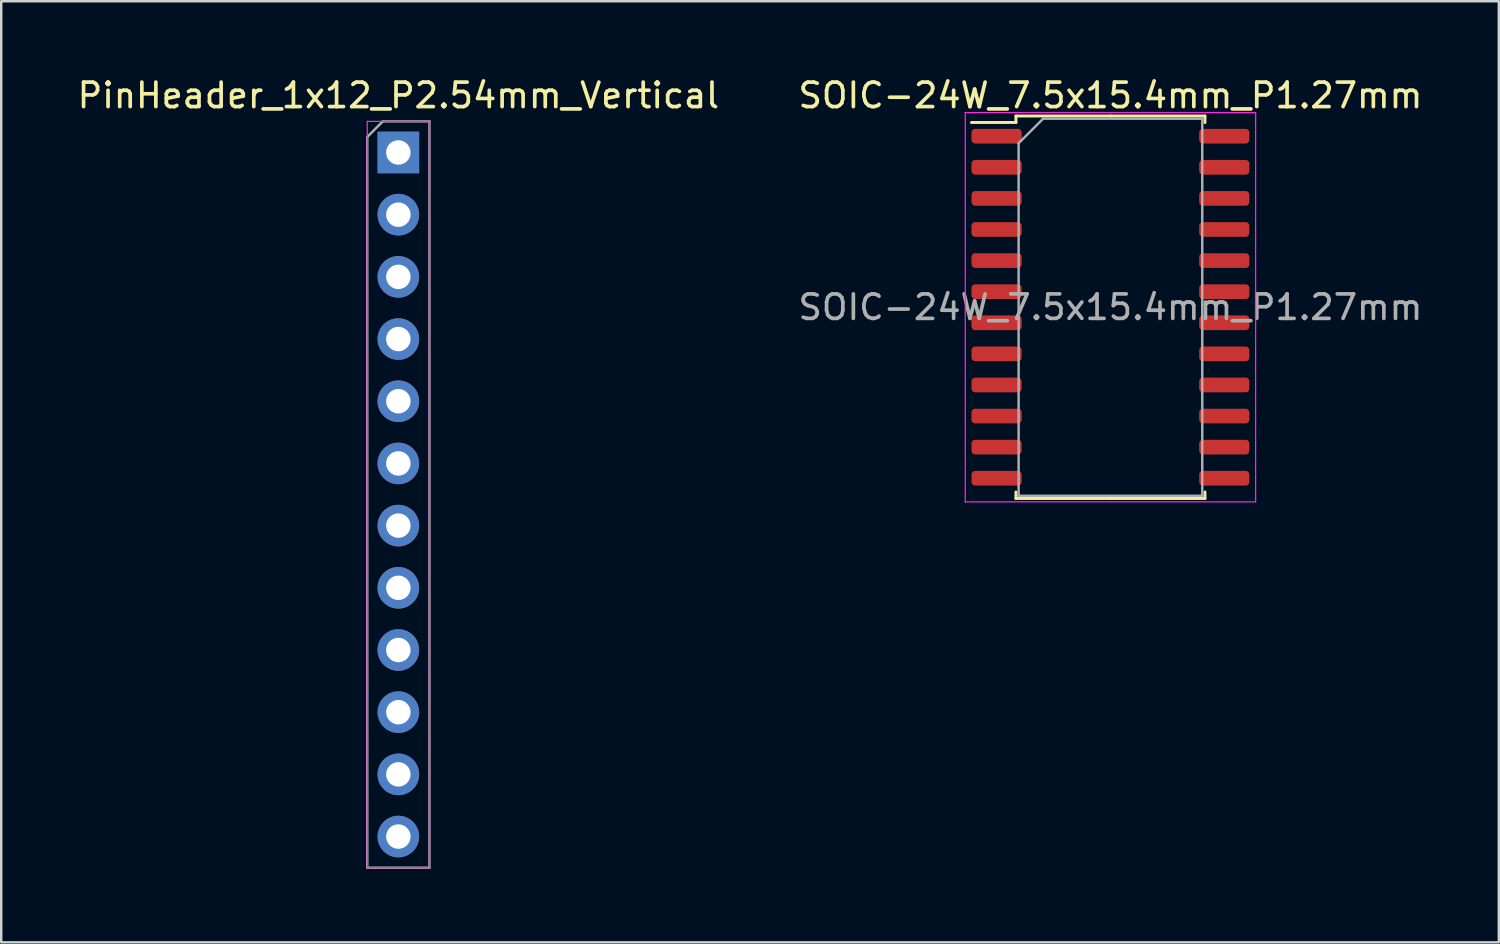
<source format=kicad_pcb>
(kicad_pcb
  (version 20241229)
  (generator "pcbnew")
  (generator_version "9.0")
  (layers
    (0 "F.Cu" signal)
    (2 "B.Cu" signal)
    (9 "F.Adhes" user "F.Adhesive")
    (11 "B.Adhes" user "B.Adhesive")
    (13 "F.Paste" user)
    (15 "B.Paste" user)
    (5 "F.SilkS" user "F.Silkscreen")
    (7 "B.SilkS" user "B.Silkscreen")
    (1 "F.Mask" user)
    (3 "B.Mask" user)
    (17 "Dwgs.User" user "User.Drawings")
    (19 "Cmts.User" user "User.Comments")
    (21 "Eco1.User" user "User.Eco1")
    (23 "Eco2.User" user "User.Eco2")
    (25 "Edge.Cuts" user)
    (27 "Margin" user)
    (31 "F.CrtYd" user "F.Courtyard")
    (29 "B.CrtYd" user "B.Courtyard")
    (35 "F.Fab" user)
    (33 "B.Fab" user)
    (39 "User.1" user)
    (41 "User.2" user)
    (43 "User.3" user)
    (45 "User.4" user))
  (footprint "SOIC-24W_7.5x15.4mm_P1.27mm"
    (layer "F.Cu")
    (at 42.304 9.498)
    (property "Reference" "SOIC-24W_7.5x15.4mm_P1.27mm" (at 0 -8.65 0) (layer "F.SilkS") (effects (font (size 1 1) (thickness 0.15))))
    (attr smd)
    (fp_line (start -3.86 -7.81) (end -3.86 -7.545) (stroke (width 0.12) (type solid)) (layer "F.SilkS"))
    (fp_line (start -3.86 -7.545) (end -5.675 -7.545) (stroke (width 0.12) (type solid)) (layer "F.SilkS"))
    (fp_line (start -3.86 7.81) (end -3.86 7.545) (stroke (width 0.12) (type solid)) (layer "F.SilkS"))
    (fp_line (start 0 -7.81) (end -3.86 -7.81) (stroke (width 0.12) (type solid)) (layer "F.SilkS"))
    (fp_line (start 0 -7.81) (end 3.86 -7.81) (stroke (width 0.12) (type solid)) (layer "F.SilkS"))
    (fp_line (start 0 7.81) (end -3.86 7.81) (stroke (width 0.12) (type solid)) (layer "F.SilkS"))
    (fp_line (start 0 7.81) (end 3.86 7.81) (stroke (width 0.12) (type solid)) (layer "F.SilkS"))
    (fp_line (start 3.86 -7.81) (end 3.86 -7.545) (stroke (width 0.12) (type solid)) (layer "F.SilkS"))
    (fp_line (start 3.86 7.81) (end 3.86 7.545) (stroke (width 0.12) (type solid)) (layer "F.SilkS"))
    (fp_line (start -5.93 -7.95) (end -5.93 7.95) (stroke (width 0.05) (type solid)) (layer "F.CrtYd"))
    (fp_line (start -5.93 7.95) (end 5.93 7.95) (stroke (width 0.05) (type solid)) (layer "F.CrtYd"))
    (fp_line (start 5.93 -7.95) (end -5.93 -7.95) (stroke (width 0.05) (type solid)) (layer "F.CrtYd"))
    (fp_line (start 5.93 7.95) (end 5.93 -7.95) (stroke (width 0.05) (type solid)) (layer "F.CrtYd"))
    (fp_line (start -3.75 -6.7) (end -2.75 -7.7) (stroke (width 0.1) (type solid)) (layer "F.Fab"))
    (fp_line (start -3.75 7.7) (end -3.75 -6.7) (stroke (width 0.1) (type solid)) (layer "F.Fab"))
    (fp_line (start -2.75 -7.7) (end 3.75 -7.7) (stroke (width 0.1) (type solid)) (layer "F.Fab"))
    (fp_line (start 3.75 -7.7) (end 3.75 7.7) (stroke (width 0.1) (type solid)) (layer "F.Fab"))
    (fp_line (start 3.75 7.7) (end -3.75 7.7) (stroke (width 0.1) (type solid)) (layer "F.Fab"))
    (fp_text user "${REFERENCE}" (at 0 0 0) (layer "F.Fab") (effects (font (size 1 1) (thickness 0.15))))
    (pad "1" smd roundrect (at -4.65 -6.985) (size 2.05 0.6) (layers "F.Cu" "F.Mask" "F.Paste") (roundrect_rratio 0.25))
    (pad "2" smd roundrect (at -4.65 -5.715) (size 2.05 0.6) (layers "F.Cu" "F.Mask" "F.Paste") (roundrect_rratio 0.25))
    (pad "3" smd roundrect (at -4.65 -4.445) (size 2.05 0.6) (layers "F.Cu" "F.Mask" "F.Paste") (roundrect_rratio 0.25))
    (pad "4" smd roundrect (at -4.65 -3.175) (size 2.05 0.6) (layers "F.Cu" "F.Mask" "F.Paste") (roundrect_rratio 0.25))
    (pad "5" smd roundrect (at -4.65 -1.905) (size 2.05 0.6) (layers "F.Cu" "F.Mask" "F.Paste") (roundrect_rratio 0.25))
    (pad "6" smd roundrect (at -4.65 -0.635) (size 2.05 0.6) (layers "F.Cu" "F.Mask" "F.Paste") (roundrect_rratio 0.25))
    (pad "7" smd roundrect (at -4.65 0.635) (size 2.05 0.6) (layers "F.Cu" "F.Mask" "F.Paste") (roundrect_rratio 0.25))
    (pad "8" smd roundrect (at -4.65 1.905) (size 2.05 0.6) (layers "F.Cu" "F.Mask" "F.Paste") (roundrect_rratio 0.25))
    (pad "9" smd roundrect (at -4.65 3.175) (size 2.05 0.6) (layers "F.Cu" "F.Mask" "F.Paste") (roundrect_rratio 0.25))
    (pad "10" smd roundrect (at -4.65 4.445) (size 2.05 0.6) (layers "F.Cu" "F.Mask" "F.Paste") (roundrect_rratio 0.25))
    (pad "11" smd roundrect (at -4.65 5.715) (size 2.05 0.6) (layers "F.Cu" "F.Mask" "F.Paste") (roundrect_rratio 0.25))
    (pad "12" smd roundrect (at -4.65 6.985) (size 2.05 0.6) (layers "F.Cu" "F.Mask" "F.Paste") (roundrect_rratio 0.25))
    (pad "13" smd roundrect (at 4.65 6.985) (size 2.05 0.6) (layers "F.Cu" "F.Mask" "F.Paste") (roundrect_rratio 0.25))
    (pad "14" smd roundrect (at 4.65 5.715) (size 2.05 0.6) (layers "F.Cu" "F.Mask" "F.Paste") (roundrect_rratio 0.25))
    (pad "15" smd roundrect (at 4.65 4.445) (size 2.05 0.6) (layers "F.Cu" "F.Mask" "F.Paste") (roundrect_rratio 0.25))
    (pad "16" smd roundrect (at 4.65 3.175) (size 2.05 0.6) (layers "F.Cu" "F.Mask" "F.Paste") (roundrect_rratio 0.25))
    (pad "17" smd roundrect (at 4.65 1.905) (size 2.05 0.6) (layers "F.Cu" "F.Mask" "F.Paste") (roundrect_rratio 0.25))
    (pad "18" smd roundrect (at 4.65 0.635) (size 2.05 0.6) (layers "F.Cu" "F.Mask" "F.Paste") (roundrect_rratio 0.25))
    (pad "19" smd roundrect (at 4.65 -0.635) (size 2.05 0.6) (layers "F.Cu" "F.Mask" "F.Paste") (roundrect_rratio 0.25))
    (pad "20" smd roundrect (at 4.65 -1.905) (size 2.05 0.6) (layers "F.Cu" "F.Mask" "F.Paste") (roundrect_rratio 0.25))
    (pad "21" smd roundrect (at 4.65 -3.175) (size 2.05 0.6) (layers "F.Cu" "F.Mask" "F.Paste") (roundrect_rratio 0.25))
    (pad "22" smd roundrect (at 4.65 -4.445) (size 2.05 0.6) (layers "F.Cu" "F.Mask" "F.Paste") (roundrect_rratio 0.25))
    (pad "23" smd roundrect (at 4.65 -5.715) (size 2.05 0.6) (layers "F.Cu" "F.Mask" "F.Paste") (roundrect_rratio 0.25))
    (pad "24" smd roundrect (at 4.65 -6.985) (size 2.05 0.6) (layers "F.Cu" "F.Mask" "F.Paste") (roundrect_rratio 0.25)))
  (footprint "PinHeader_1x12_P2.54mm_Vertical"
    (layer "F.Cu")
    (at 13.22 3.178)
    (property "Reference" "PinHeader_1x12_P2.54mm_Vertical" (at 0 -2.33 0) (layer "F.SilkS") (effects (font (size 1 1) (thickness 0.15))))
    (attr through_hole)
    (fp_line (start -1.27 -1.27) (end -1.27 29.21) (stroke (width 0.05) (type solid)) (layer "F.CrtYd"))
    (fp_line (start -1.27 29.21) (end 1.27 29.21) (stroke (width 0.05) (type solid)) (layer "F.CrtYd"))
    (fp_line (start 1.27 -1.27) (end -1.27 -1.27) (stroke (width 0.05) (type solid)) (layer "F.CrtYd"))
    (fp_line (start 1.27 29.21) (end 1.27 -1.27) (stroke (width 0.05) (type solid)) (layer "F.CrtYd"))
    (fp_line (start -1.27 -0.635) (end -0.635 -1.27) (stroke (width 0.1) (type solid)) (layer "F.Fab"))
    (fp_line (start -1.27 29.21) (end -1.27 -0.635) (stroke (width 0.1) (type solid)) (layer "F.Fab"))
    (fp_line (start -0.635 -1.27) (end 1.27 -1.27) (stroke (width 0.1) (type solid)) (layer "F.Fab"))
    (fp_line (start 1.27 -1.27) (end 1.27 29.21) (stroke (width 0.1) (type solid)) (layer "F.Fab"))
    (fp_line (start 1.27 29.21) (end -1.27 29.21) (stroke (width 0.1) (type solid)) (layer "F.Fab"))
    (pad "1" thru_hole rect (at 0 0) (size 1.7 1.7) (drill 1) (layers "*.Cu" "*.Mask"))
    (pad "2" thru_hole oval (at 0 2.54) (size 1.7 1.7) (drill 1) (layers "*.Cu" "*.Mask"))
    (pad "3" thru_hole oval (at 0 5.08) (size 1.7 1.7) (drill 1) (layers "*.Cu" "*.Mask"))
    (pad "4" thru_hole oval (at 0 7.62) (size 1.7 1.7) (drill 1) (layers "*.Cu" "*.Mask"))
    (pad "5" thru_hole oval (at 0 10.16) (size 1.7 1.7) (drill 1) (layers "*.Cu" "*.Mask"))
    (pad "6" thru_hole oval (at 0 12.7) (size 1.7 1.7) (drill 1) (layers "*.Cu" "*.Mask"))
    (pad "7" thru_hole oval (at 0 15.24) (size 1.7 1.7) (drill 1) (layers "*.Cu" "*.Mask"))
    (pad "8" thru_hole oval (at 0 17.78) (size 1.7 1.7) (drill 1) (layers "*.Cu" "*.Mask"))
    (pad "9" thru_hole oval (at 0 20.32) (size 1.7 1.7) (drill 1) (layers "*.Cu" "*.Mask"))
    (pad "10" thru_hole oval (at 0 22.86) (size 1.7 1.7) (drill 1) (layers "*.Cu" "*.Mask"))
    (pad "11" thru_hole oval (at 0 25.4) (size 1.7 1.7) (drill 1) (layers "*.Cu" "*.Mask"))
    (pad "12" thru_hole oval (at 0 27.94) (size 1.7 1.7) (drill 1) (layers "*.Cu" "*.Mask")))
  (gr_rect
    (start -3 -3)
    (end 58.167 35.438)
    (stroke (width 0.1) (type default))
    (fill no)
    (layer "Edge.Cuts")))
</source>
